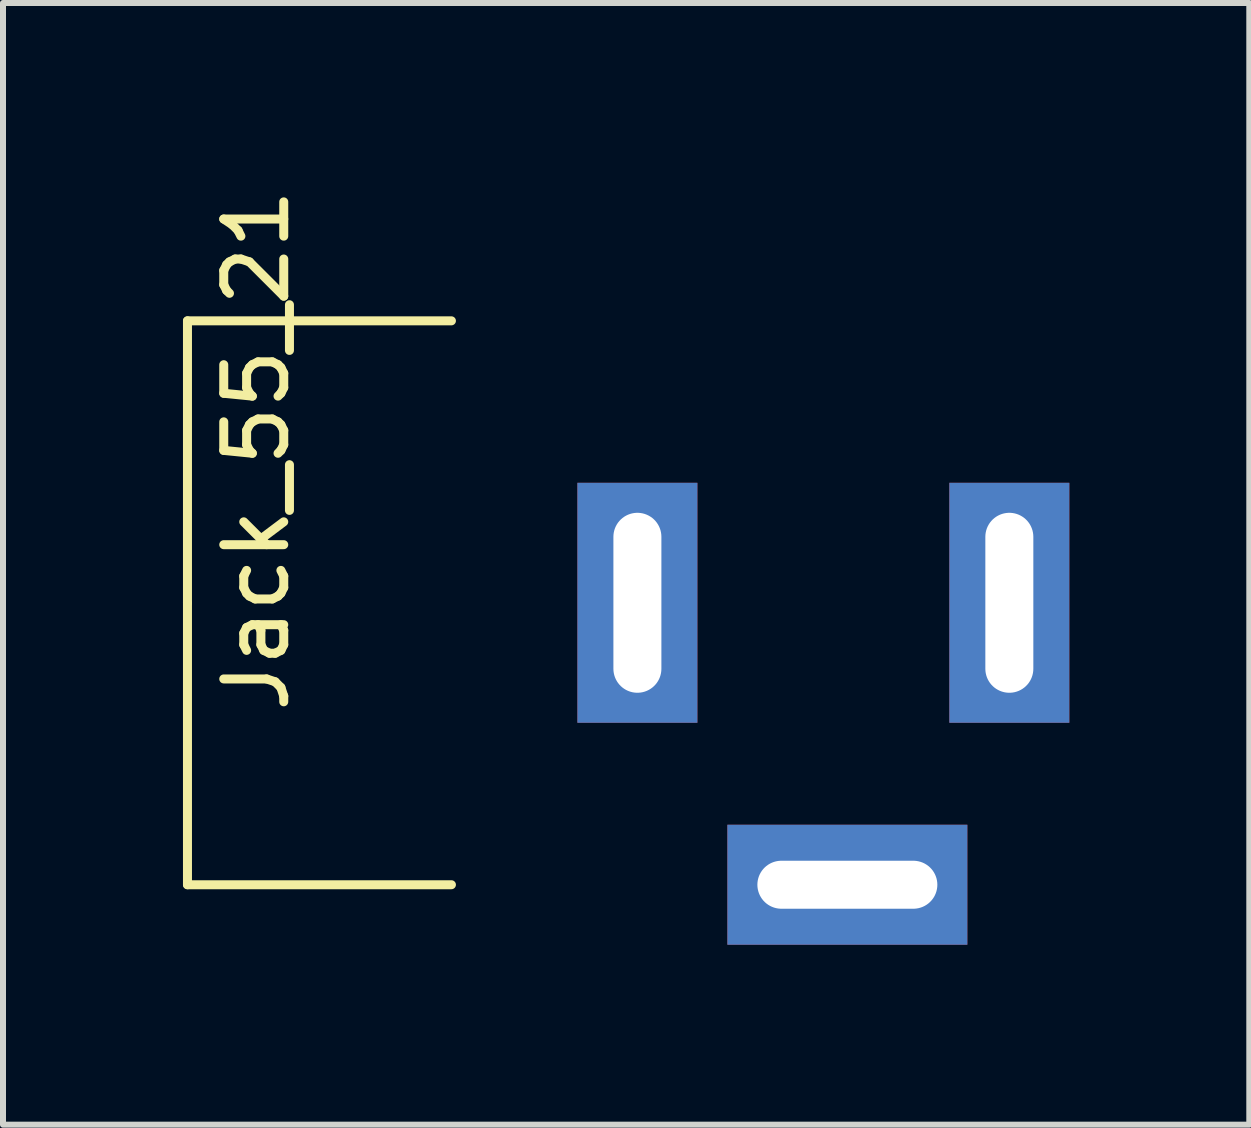
<source format=kicad_pcb>
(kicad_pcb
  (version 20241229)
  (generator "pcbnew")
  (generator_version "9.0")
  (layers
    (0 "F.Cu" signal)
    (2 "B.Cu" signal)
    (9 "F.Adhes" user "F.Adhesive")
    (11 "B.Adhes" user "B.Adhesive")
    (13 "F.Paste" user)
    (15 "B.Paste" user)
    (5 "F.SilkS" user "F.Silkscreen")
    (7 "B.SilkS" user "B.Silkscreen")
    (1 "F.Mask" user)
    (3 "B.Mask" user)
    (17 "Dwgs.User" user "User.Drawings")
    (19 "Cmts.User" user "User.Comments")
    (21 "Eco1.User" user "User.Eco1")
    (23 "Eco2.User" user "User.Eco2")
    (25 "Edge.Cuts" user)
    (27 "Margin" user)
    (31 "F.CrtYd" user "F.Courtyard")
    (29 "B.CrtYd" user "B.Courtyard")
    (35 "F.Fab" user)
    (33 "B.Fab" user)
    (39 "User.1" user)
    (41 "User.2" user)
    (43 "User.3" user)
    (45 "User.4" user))
  (footprint "Jack_55_21"
    (layer "F.Cu")
    (at 11.075 11.698)
    (property "Reference" "Jack_55_21" (at -9.85 -7.24 90) (layer "F.SilkS") (effects (font (size 1 1) (thickness 0.15))))
    (attr through_hole)
    (fp_line (start -11 -9.4) (end -6.6 -9.4) (stroke (width 0.15) (type solid)) (layer "F.SilkS"))
    (fp_line (start -11 -4.7) (end -11 -9.4) (stroke (width 0.15) (type solid)) (layer "F.SilkS"))
    (fp_line (start -11 0) (end -11 -4.7) (stroke (width 0.15) (type solid)) (layer "F.SilkS"))
    (fp_line (start -11 0) (end -6.6 0) (stroke (width 0.15) (type solid)) (layer "F.SilkS"))
    (pad "1" thru_hole rect (at 2.7 -4.7) (size 2 4) (drill oval 0.8 3) (layers "*.Cu" "*.Mask"))
    (pad "2" thru_hole rect (at 0 0) (size 4 2) (drill oval 3 0.8) (layers "*.Cu" "*.Mask"))
    (pad "3" thru_hole rect (at -3.5 -4.7) (size 2 4) (drill oval 0.8 3) (layers "*.Cu" "*.Mask")))
  (gr_rect
    (start -3 -3)
    (end 17.775 15.698)
    (stroke (width 0.1) (type default))
    (fill no)
    (layer "Edge.Cuts")))
</source>
